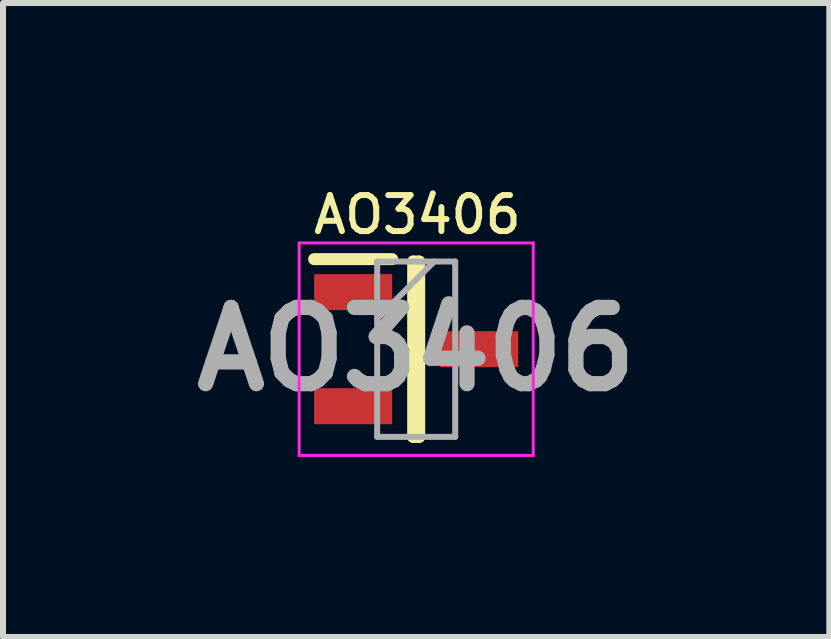
<source format=kicad_pcb>
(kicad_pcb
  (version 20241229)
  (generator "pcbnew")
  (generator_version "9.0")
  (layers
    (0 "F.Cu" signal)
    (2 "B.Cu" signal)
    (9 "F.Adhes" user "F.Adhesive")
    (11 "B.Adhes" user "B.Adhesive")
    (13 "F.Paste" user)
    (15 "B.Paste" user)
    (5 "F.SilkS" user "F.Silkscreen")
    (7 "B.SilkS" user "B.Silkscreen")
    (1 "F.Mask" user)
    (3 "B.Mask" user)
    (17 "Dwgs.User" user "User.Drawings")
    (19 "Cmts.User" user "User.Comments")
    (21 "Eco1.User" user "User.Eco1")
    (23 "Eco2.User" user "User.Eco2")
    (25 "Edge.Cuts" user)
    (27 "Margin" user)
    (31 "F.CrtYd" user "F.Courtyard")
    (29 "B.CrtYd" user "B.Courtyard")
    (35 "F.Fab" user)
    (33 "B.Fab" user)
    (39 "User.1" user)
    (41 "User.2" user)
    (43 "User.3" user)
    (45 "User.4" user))
  (footprint "AO3406"
    (layer "F.Cu")
    (at 3.883 2.767)
    (property "Reference" "AO3406" (at 0.02 -2.24 0) (layer "F.SilkS") (effects (font (size 0.6 0.6) (thickness 0.1) (bold yes))))
    (attr smd)
    (fp_line (start -1.7 -1.5) (end -0.4 -1.5) (stroke (width 0.2) (type solid)) (layer "F.SilkS"))
    (fp_line (start -0.05 -1.46) (end 0.05 -1.46) (stroke (width 0.2) (type solid)) (layer "F.SilkS"))
    (fp_line (start -0.05 1.46) (end -0.05 -1.46) (stroke (width 0.2) (type solid)) (layer "F.SilkS"))
    (fp_line (start 0.05 -1.46) (end 0.05 1.46) (stroke (width 0.2) (type solid)) (layer "F.SilkS"))
    (fp_line (start 0.05 1.46) (end -0.05 1.46) (stroke (width 0.2) (type solid)) (layer "F.SilkS"))
    (fp_line (start -1.95 -1.77) (end 1.95 -1.77) (stroke (width 0.05) (type solid)) (layer "F.CrtYd"))
    (fp_line (start -1.95 1.77) (end -1.95 -1.77) (stroke (width 0.05) (type solid)) (layer "F.CrtYd"))
    (fp_line (start 1.95 -1.77) (end 1.95 1.77) (stroke (width 0.05) (type solid)) (layer "F.CrtYd"))
    (fp_line (start 1.95 1.77) (end -1.95 1.77) (stroke (width 0.05) (type solid)) (layer "F.CrtYd"))
    (fp_line (start -0.65 -1.46) (end 0.65 -1.46) (stroke (width 0.1) (type solid)) (layer "F.Fab"))
    (fp_line (start -0.65 -0.51) (end 0.3 -1.46) (stroke (width 0.1) (type solid)) (layer "F.Fab"))
    (fp_line (start -0.65 1.46) (end -0.65 -1.46) (stroke (width 0.1) (type solid)) (layer "F.Fab"))
    (fp_line (start 0.65 -1.46) (end 0.65 1.46) (stroke (width 0.1) (type solid)) (layer "F.Fab"))
    (fp_line (start 0.65 1.46) (end -0.65 1.46) (stroke (width 0.1) (type solid)) (layer "F.Fab"))
    (fp_text user "${REFERENCE}" (at 0 0 0) (layer "F.Fab") (effects (font (size 1.27 1.27) (thickness 0.254))))
    (pad "1" smd rect (at -1.05 -0.95 90) (size 0.6 1.3) (layers "F.Cu" "F.Mask" "F.Paste"))
    (pad "2" smd rect (at -1.05 0.95 90) (size 0.6 1.3) (layers "F.Cu" "F.Mask" "F.Paste"))
    (pad "3" smd rect (at 1.05 0 90) (size 0.6 1.3) (layers "F.Cu" "F.Mask" "F.Paste")))
  (gr_rect
    (start -3 -3)
    (end 10.765 7.561)
    (stroke (width 0.1) (type default))
    (fill no)
    (layer "Edge.Cuts")))
</source>
